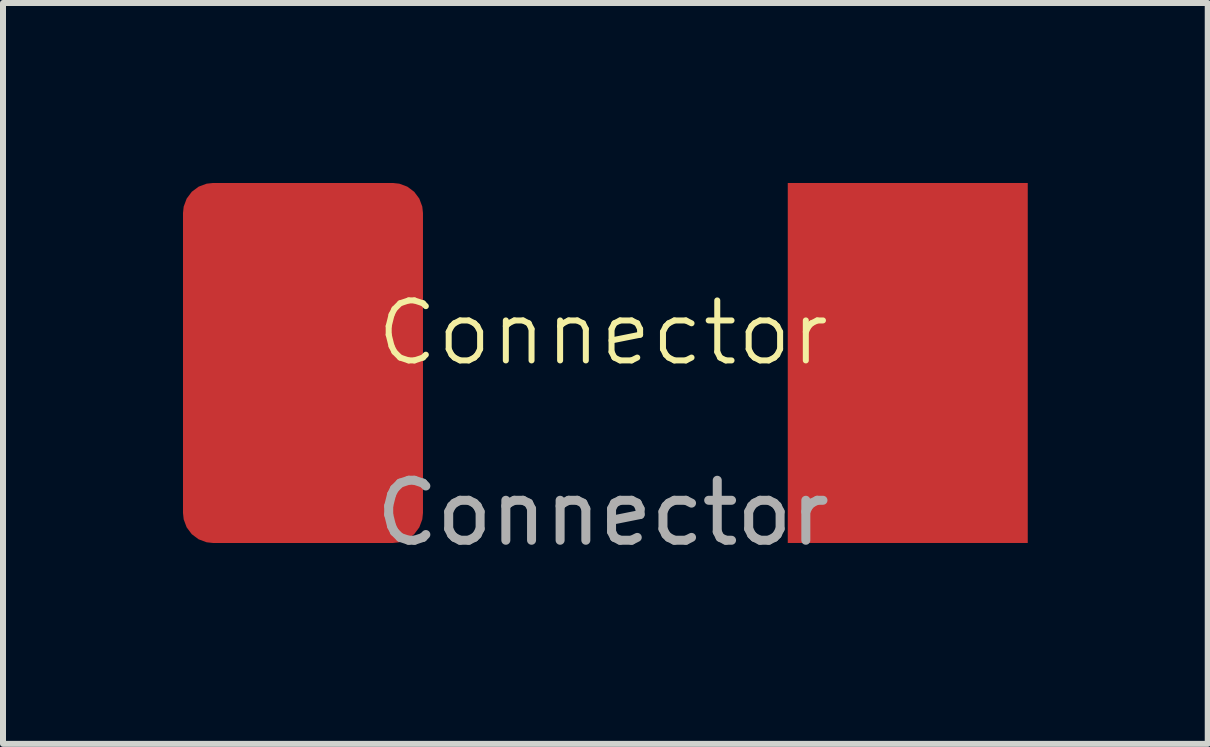
<source format=kicad_pcb>
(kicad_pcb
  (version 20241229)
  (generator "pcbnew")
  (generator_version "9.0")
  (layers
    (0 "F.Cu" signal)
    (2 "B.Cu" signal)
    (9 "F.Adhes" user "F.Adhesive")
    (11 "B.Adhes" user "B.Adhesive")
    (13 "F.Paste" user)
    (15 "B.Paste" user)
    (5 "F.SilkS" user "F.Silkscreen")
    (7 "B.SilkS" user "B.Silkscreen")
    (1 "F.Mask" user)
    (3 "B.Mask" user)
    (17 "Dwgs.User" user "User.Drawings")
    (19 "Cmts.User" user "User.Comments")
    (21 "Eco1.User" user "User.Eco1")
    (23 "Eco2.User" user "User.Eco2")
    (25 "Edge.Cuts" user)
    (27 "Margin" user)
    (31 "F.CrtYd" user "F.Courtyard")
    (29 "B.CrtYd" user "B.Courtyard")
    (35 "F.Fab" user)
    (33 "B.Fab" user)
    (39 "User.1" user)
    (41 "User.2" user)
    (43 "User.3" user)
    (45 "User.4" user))
  (footprint "Connector"
    (layer "F.Cu")
    (at 7 3)
    (property "Reference" "Connector" (at 0 -0.5 0) (unlocked yes) (layer "F.SilkS") (effects (font (size 1 1) (thickness 0.1))))
    (attr through_hole)
    (fp_text user "${REFERENCE}" (at 0 2.5 0) (unlocked yes) (layer "F.Fab") (effects (font (size 1 1) (thickness 0.15))))
    (pad "1" smd roundrect (at -5 0) (size 4 6) (layers "F.Cu" "F.Mask" "F.Paste") (roundrect_rratio 0.125))
    (pad "2" smd rect (at 5.08 0) (size 4 6) (layers "F.Cu" "F.Mask" "F.Paste")))
  (gr_rect
    (start -3 -3)
    (end 17.08 9.348)
    (stroke (width 0.1) (type default))
    (fill no)
    (layer "Edge.Cuts")))
</source>
